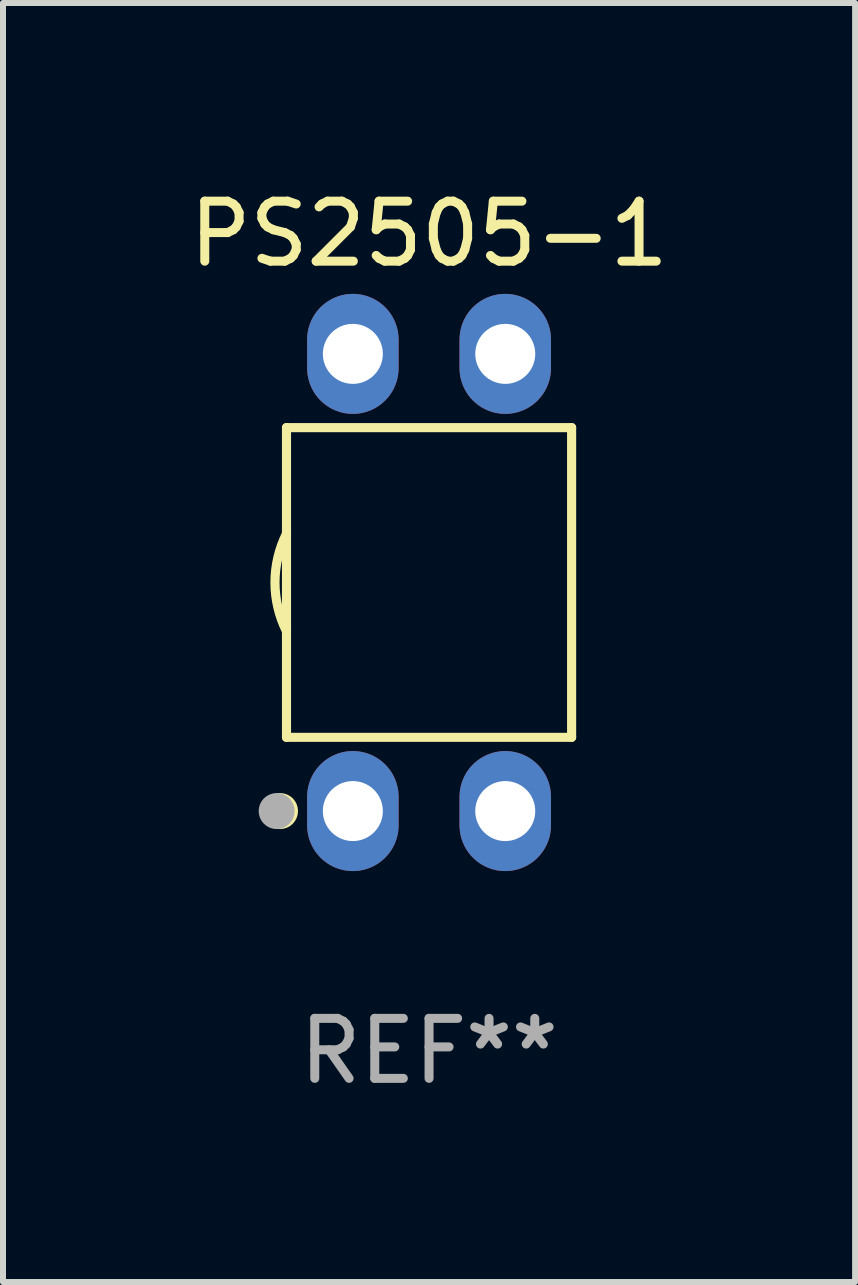
<source format=kicad_pcb>
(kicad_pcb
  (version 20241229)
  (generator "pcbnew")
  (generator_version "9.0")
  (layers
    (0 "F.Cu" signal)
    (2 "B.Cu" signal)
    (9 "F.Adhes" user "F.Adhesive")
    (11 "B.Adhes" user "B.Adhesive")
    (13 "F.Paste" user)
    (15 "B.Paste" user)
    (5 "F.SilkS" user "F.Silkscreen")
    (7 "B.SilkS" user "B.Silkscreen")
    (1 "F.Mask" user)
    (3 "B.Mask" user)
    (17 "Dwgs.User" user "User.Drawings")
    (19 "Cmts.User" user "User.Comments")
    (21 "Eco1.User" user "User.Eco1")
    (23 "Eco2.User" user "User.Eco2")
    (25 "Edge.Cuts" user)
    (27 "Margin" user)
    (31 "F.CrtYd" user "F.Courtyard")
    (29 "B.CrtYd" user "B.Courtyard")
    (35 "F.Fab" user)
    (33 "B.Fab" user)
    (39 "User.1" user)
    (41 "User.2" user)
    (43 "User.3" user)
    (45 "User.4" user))
  (footprint "PS2505-1"
    (layer "F.Cu")
    (at 4.101 6.658)
    (property "Reference" "PS2505-1" (at 0 -5.81 0) (layer "F.SilkS") (effects (font (size 1 1) (thickness 0.15))))
    (attr through_hole)
    (fp_line (start -2.376 -2.581) (end 2.376 -2.581) (stroke (width 0.152) (type solid)) (layer "F.SilkS"))
    (fp_line (start -2.376 2.581) (end -2.376 -2.581) (stroke (width 0.152) (type solid)) (layer "F.SilkS"))
    (fp_line (start 2.376 -2.581) (end 2.376 2.581) (stroke (width 0.152) (type solid)) (layer "F.SilkS"))
    (fp_line (start 2.376 2.581) (end -2.376 2.581) (stroke (width 0.152) (type solid)) (layer "F.SilkS"))
    (fp_arc (start -2.3762 0.812496) (mid -2.568004 0) (end -2.3762 -0.812497) (stroke (width 0.1524) (type solid)) (layer "F.SilkS"))
    (fp_circle (center -2.484 3.81) (end -2.334 3.81) (stroke (width 0.3) (type solid)) (fill no) (layer "F.SilkS"))
    (fp_circle (center -2.3 3.935) (end -2.27 3.935) (stroke (width 0.06) (type solid)) (fill no) (layer "F.SilkS"))
    (fp_circle (center -2.54 3.81) (end -2.39 3.81) (stroke (width 0.3) (type solid)) (fill no) (layer "F.Fab"))
    (fp_text user "REF**" (at 0 7.81 0) (layer "F.Fab") (effects (font (size 1 1) (thickness 0.15))))
    (pad "1" thru_hole oval (at -1.27 3.81) (size 1.524 2) (drill 1) (layers "*.Cu" "*.Mask"))
    (pad "2" thru_hole oval (at 1.27 3.81) (size 1.524 2) (drill 1) (layers "*.Cu" "*.Mask"))
    (pad "3" thru_hole oval (at 1.27 -3.81) (size 1.524 2) (drill 1) (layers "*.Cu" "*.Mask"))
    (pad "4" thru_hole oval (at -1.27 -3.81) (size 1.524 2) (drill 1) (layers "*.Cu" "*.Mask")))
  (gr_rect
    (start -3 -3)
    (end 11.202 18.317)
    (stroke (width 0.1) (type default))
    (fill no)
    (layer "Edge.Cuts")))
</source>
